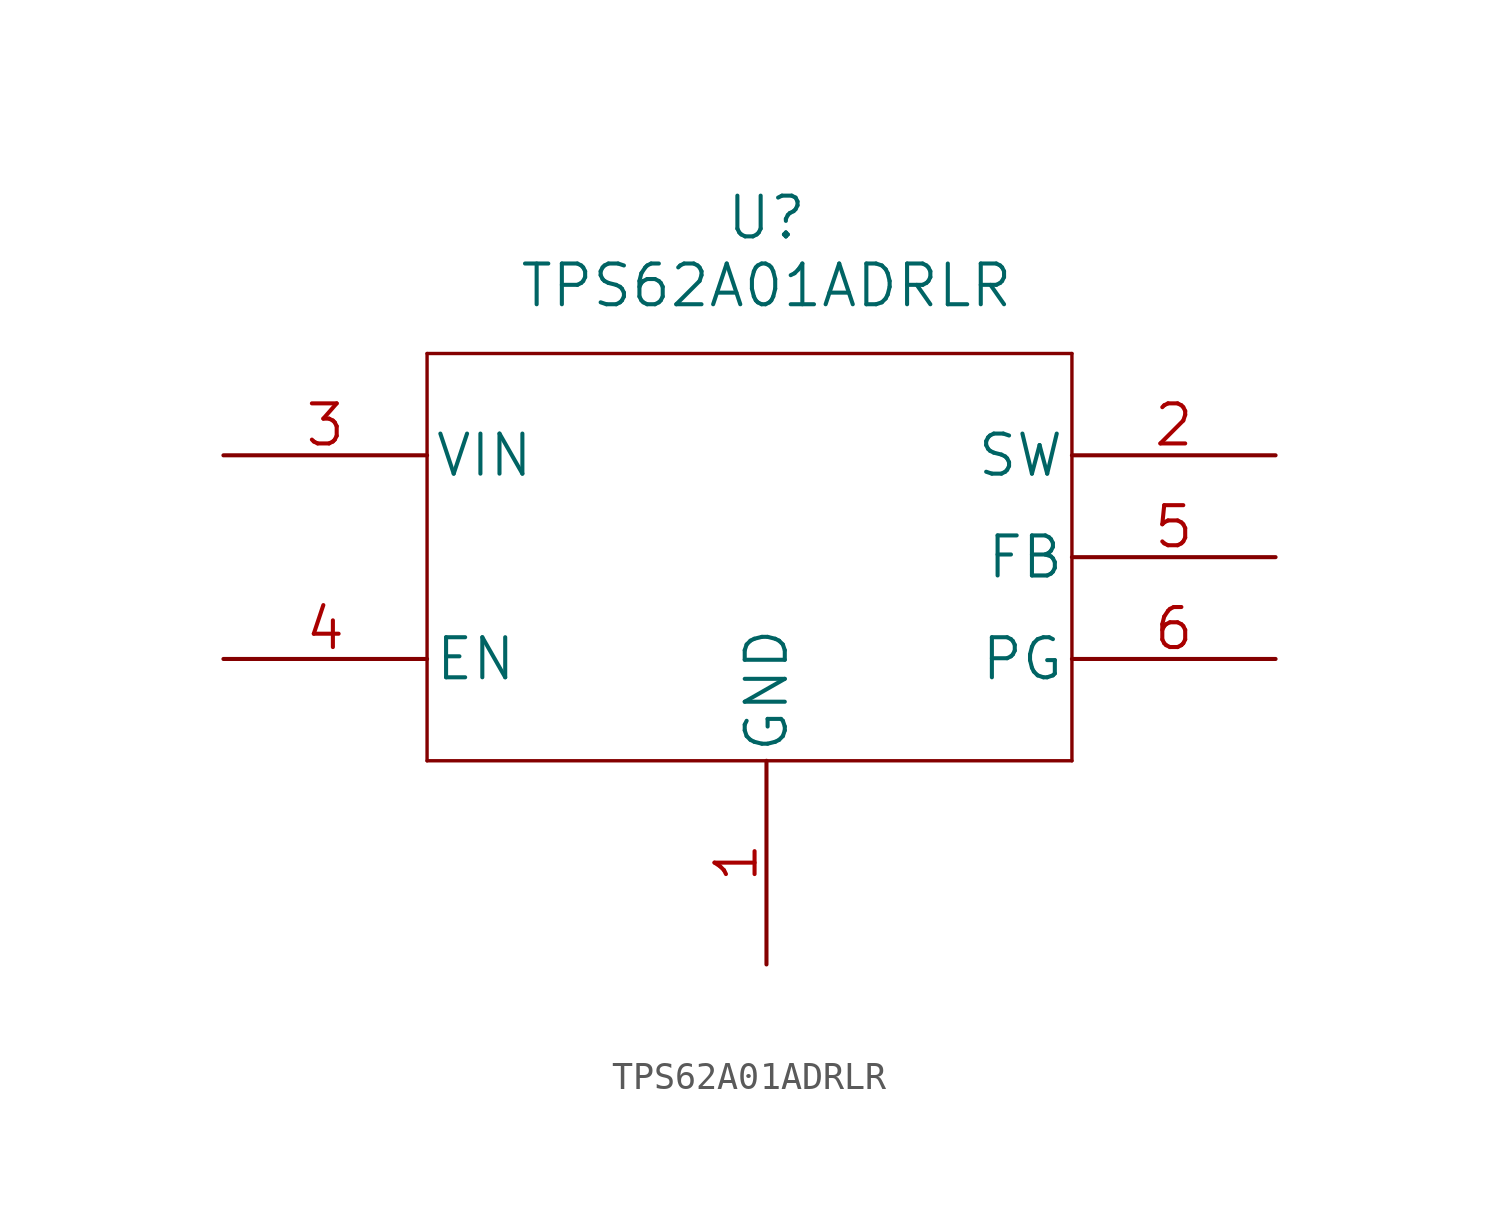
<source format=kicad_sym>
(kicad_symbol_lib
  (version 20220914)
  (generator kicad_symbol_editor)
  (symbol "TPS62A01ADRLR"
    (pin_names
      (offset 0.254))
    (property "Reference" "U"
      (at 20.32 10.16 0)
      (effects (font (size 1.524 1.524))))
    (property "Value" "TPS62A01ADRLR"
      (at 20.32 7.62 0)
      (effects (font (size 1.524 1.524))))
    (property "Datasheet" ""
      (at 0 0 0)
      (effects (font (size 1.524 1.524))))
    (property "ki_locked" ""
      (at 0 0 0)
      (effects (font (size 1.27 1.27))))
    (symbol "TPS62A01ADRLR_1_1"
      (polyline (pts (xy 7.62 -10.16) (xy 31.75 -10.16)) (stroke (width 0.127) (type default)) (fill (type none)))
      (polyline (pts (xy 7.62 5.08) (xy 7.62 -10.16)) (stroke (width 0.127) (type default)) (fill (type none)))
      (polyline (pts (xy 31.75 -10.16) (xy 31.75 5.08)) (stroke (width 0.127) (type default)) (fill (type none)))
      (polyline (pts (xy 31.75 5.08) (xy 7.62 5.08)) (stroke (width 0.127) (type default)) (fill (type none)))
      (pin power_in line (at 20.32 -17.78 90) (length 7.62) (name "GND" (effects (font (size 1.499 1.499)))) (number "1" (effects (font (size 1.499 1.499)))))
      (pin output line (at 39.37 1.27 180) (length 7.62) (name "SW" (effects (font (size 1.499 1.499)))) (number "2" (effects (font (size 1.499 1.499)))))
      (pin power_in line (at 0 1.27 0) (length 7.62) (name "VIN" (effects (font (size 1.499 1.499)))) (number "3" (effects (font (size 1.499 1.499)))))
      (pin input line (at 0 -6.35 0) (length 7.62) (name "EN" (effects (font (size 1.499 1.499)))) (number "4" (effects (font (size 1.499 1.499)))))
      (pin input line (at 39.37 -2.54 180) (length 7.62) (name "FB" (effects (font (size 1.499 1.499)))) (number "5" (effects (font (size 1.499 1.499)))))
      (pin output line (at 39.37 -6.35 180) (length 7.62) (name "PG" (effects (font (size 1.499 1.499)))) (number "6" (effects (font (size 1.499 1.499))))))))
</source>
